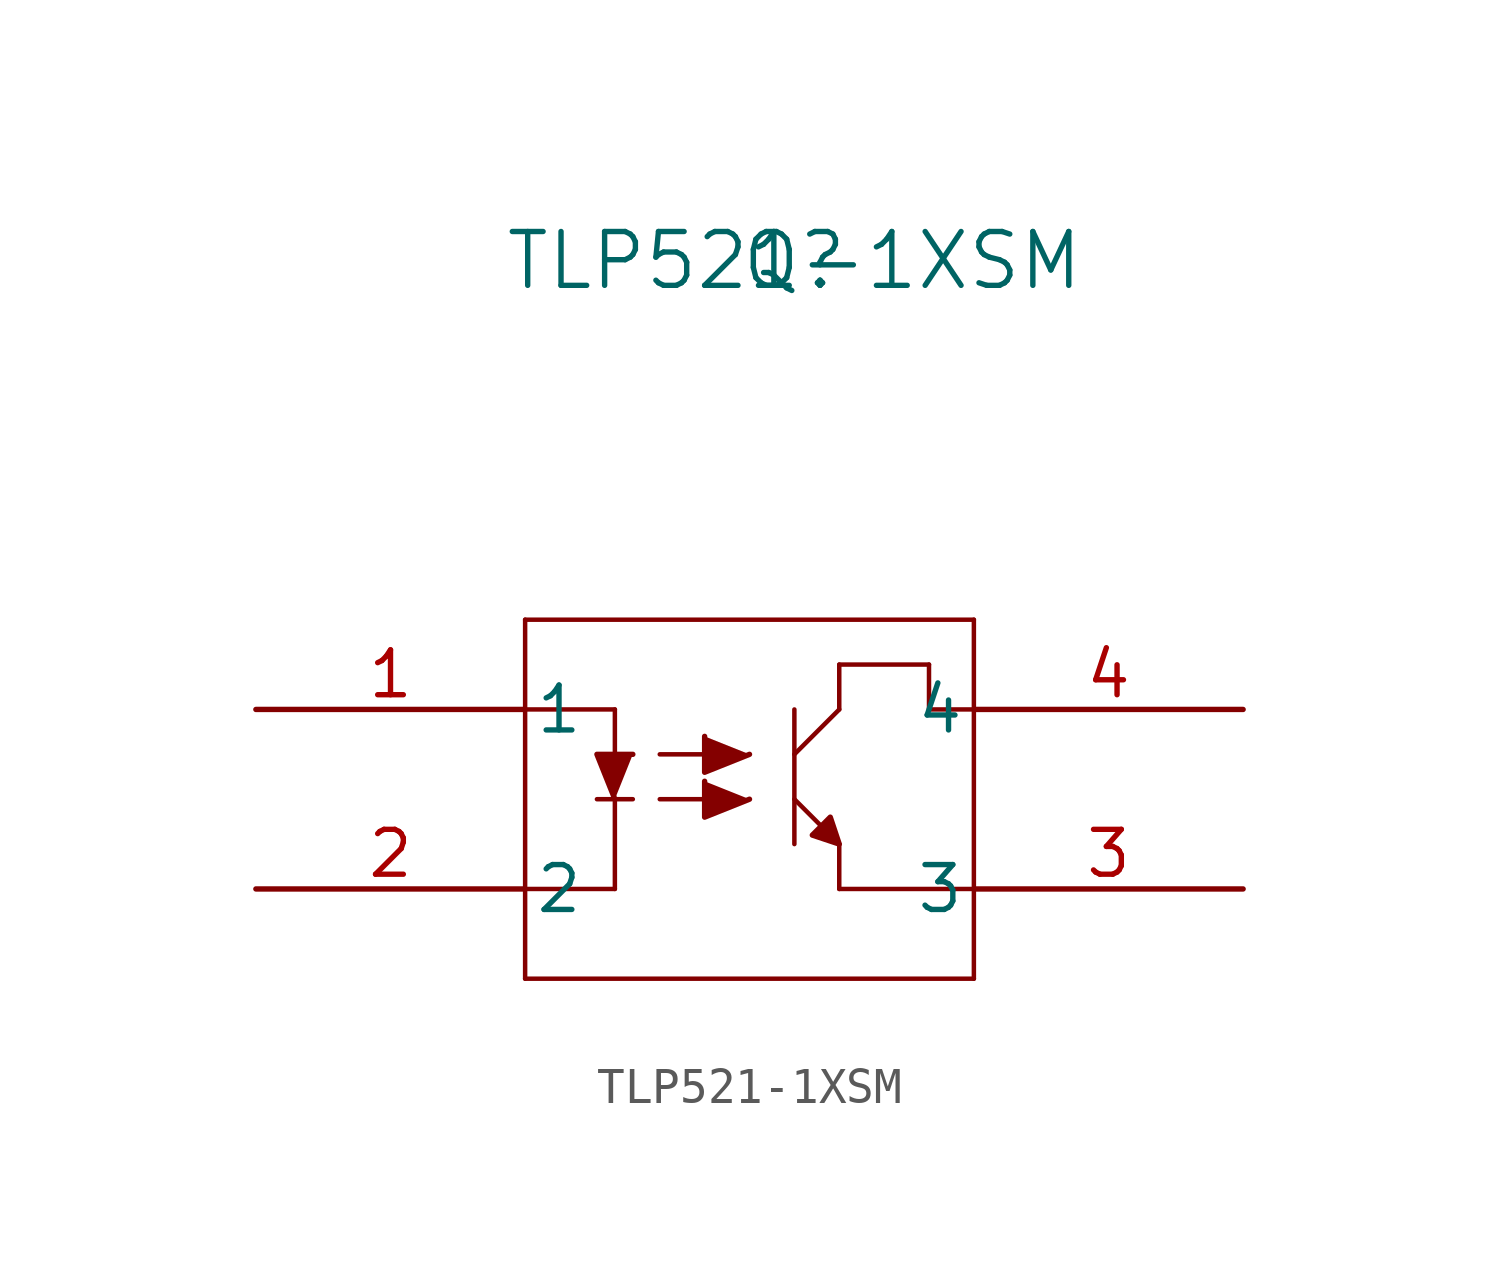
<source format=kicad_sym>
(kicad_symbol_lib
  (version 20211014)
  (generator kicad_symbol_editor)
  (symbol "TLP521-1XSM"
    (pin_names
      (offset 0.254))
    (property "Reference" "Q"
      (at 15.24 12.7 0)
      (effects (font (size 1.524 1.524))))
    (property "Value" "TLP521-1XSM"
      (at 15.24 12.7 0)
      (effects (font (size 1.524 1.524))))
    (symbol "TLP521-1XSM_0_1"
      (polyline (pts (xy 16.51 -3.81) (xy 16.51 -5.08)) (stroke (width 0.127) (type default) (color 0 0 0 0)) (fill (type none)))
      (polyline (pts (xy 15.24 -3.81) (xy 15.24 0)) (stroke (width 0.127) (type default) (color 0 0 0 0)) (fill (type none)))
      (polyline (pts (xy 16.51 0) (xy 15.24 -1.27)) (stroke (width 0.127) (type default) (color 0 0 0 0)) (fill (type none)))
      (polyline (pts (xy 7.62 2.54) (xy 7.62 -7.62)) (stroke (width 0.127) (type default) (color 0 0 0 0)) (fill (type none)))
      (polyline (pts (xy 15.24 -2.54) (xy 16.51 -3.81)) (stroke (width 0.127) (type default) (color 0 0 0 0)) (fill (type none)))
      (polyline (pts (xy 7.62 -7.62) (xy 20.32 -7.62)) (stroke (width 0.127) (type default) (color 0 0 0 0)) (fill (type none)))
      (polyline (pts (xy 11.43 -2.54) (xy 12.7 -2.54)) (stroke (width 0.127) (type default) (color 0 0 0 0)) (fill (type none)))
      (polyline (pts (xy 11.43 -1.27) (xy 12.7 -1.27)) (stroke (width 0.127) (type default) (color 0 0 0 0)) (fill (type none)))
      (polyline (pts (xy 19.05 1.27) (xy 16.51 1.27)) (stroke (width 0.127) (type default) (color 0 0 0 0)) (fill (type none)))
      (polyline (pts (xy 20.32 -7.62) (xy 20.32 2.54)) (stroke (width 0.127) (type default) (color 0 0 0 0)) (fill (type none)))
      (polyline (pts (xy 16.51 0) (xy 16.51 1.27)) (stroke (width 0.127) (type default) (color 0 0 0 0)) (fill (type none)))
      (polyline (pts (xy 20.32 2.54) (xy 7.62 2.54)) (stroke (width 0.127) (type default) (color 0 0 0 0)) (fill (type none)))
      (polyline (pts (xy 9.652 -2.54) (xy 10.668 -2.54)) (stroke (width 0.127) (type default) (color 0 0 0 0)) (fill (type none)))
      (polyline (pts (xy 16.51 -5.08) (xy 20.32 -5.08)) (stroke (width 0.127) (type default) (color 0 0 0 0)) (fill (type none)))
      (polyline (pts (xy 10.16 -1.27) (xy 10.16 0)) (stroke (width 0.127) (type default) (color 0 0 0 0)) (fill (type none)))
      (polyline (pts (xy 10.16 -2.54) (xy 10.16 -5.08)) (stroke (width 0.127) (type default) (color 0 0 0 0)) (fill (type none)))
      (polyline (pts (xy 7.62 0) (xy 10.16 0)) (stroke (width 0.127) (type default) (color 0 0 0 0)) (fill (type none)))
      (polyline (pts (xy 7.62 -5.08) (xy 10.16 -5.08)) (stroke (width 0.127) (type default) (color 0 0 0 0)) (fill (type none)))
      (polyline (pts (xy 19.05 1.27) (xy 19.05 0)) (stroke (width 0.127) (type default) (color 0 0 0 0)) (fill (type none)))
      (polyline (pts (xy 19.05 0) (xy 20.32 0)) (stroke (width 0.127) (type default) (color 0 0 0 0)) (fill (type none)))
      (polyline (pts (xy 10.16 -2.54) (xy 9.652 -1.27) (xy 10.668 -1.27)) (stroke (width 0) (type default) (color 0 0 0 0)) (fill (type outline)))
      (polyline (pts (xy 16.51 -3.81) (xy 15.748 -3.556) (xy 16.256 -3.048) (xy 16.51 -3.81)) (stroke (width 0) (type default) (color 0 0 0 0)) (fill (type outline)))
      (polyline (pts (xy 13.97 -1.27) (xy 12.7 -1.778) (xy 12.7 -0.762)) (stroke (width 0) (type default) (color 0 0 0 0)) (fill (type outline)))
      (polyline (pts (xy 13.97 -2.54) (xy 12.7 -3.048) (xy 12.7 -2.032)) (stroke (width 0) (type default) (color 0 0 0 0)) (fill (type outline)))
      (pin unspecified line (at 0 0 0) (length 7.62) (name "1" (effects (font (size 1.27 1.27)))) (number "1" (effects (font (size 1.27 1.27)))))
      (pin unspecified line (at 0 -5.08 0) (length 7.62) (name "2" (effects (font (size 1.27 1.27)))) (number "2" (effects (font (size 1.27 1.27)))))
      (pin unspecified line (at 27.94 -5.08 180) (length 7.62) (name "3" (effects (font (size 1.27 1.27)))) (number "3" (effects (font (size 1.27 1.27)))))
      (pin unspecified line (at 27.94 0 180) (length 7.62) (name "4" (effects (font (size 1.27 1.27)))) (number "4" (effects (font (size 1.27 1.27))))))))
</source>
